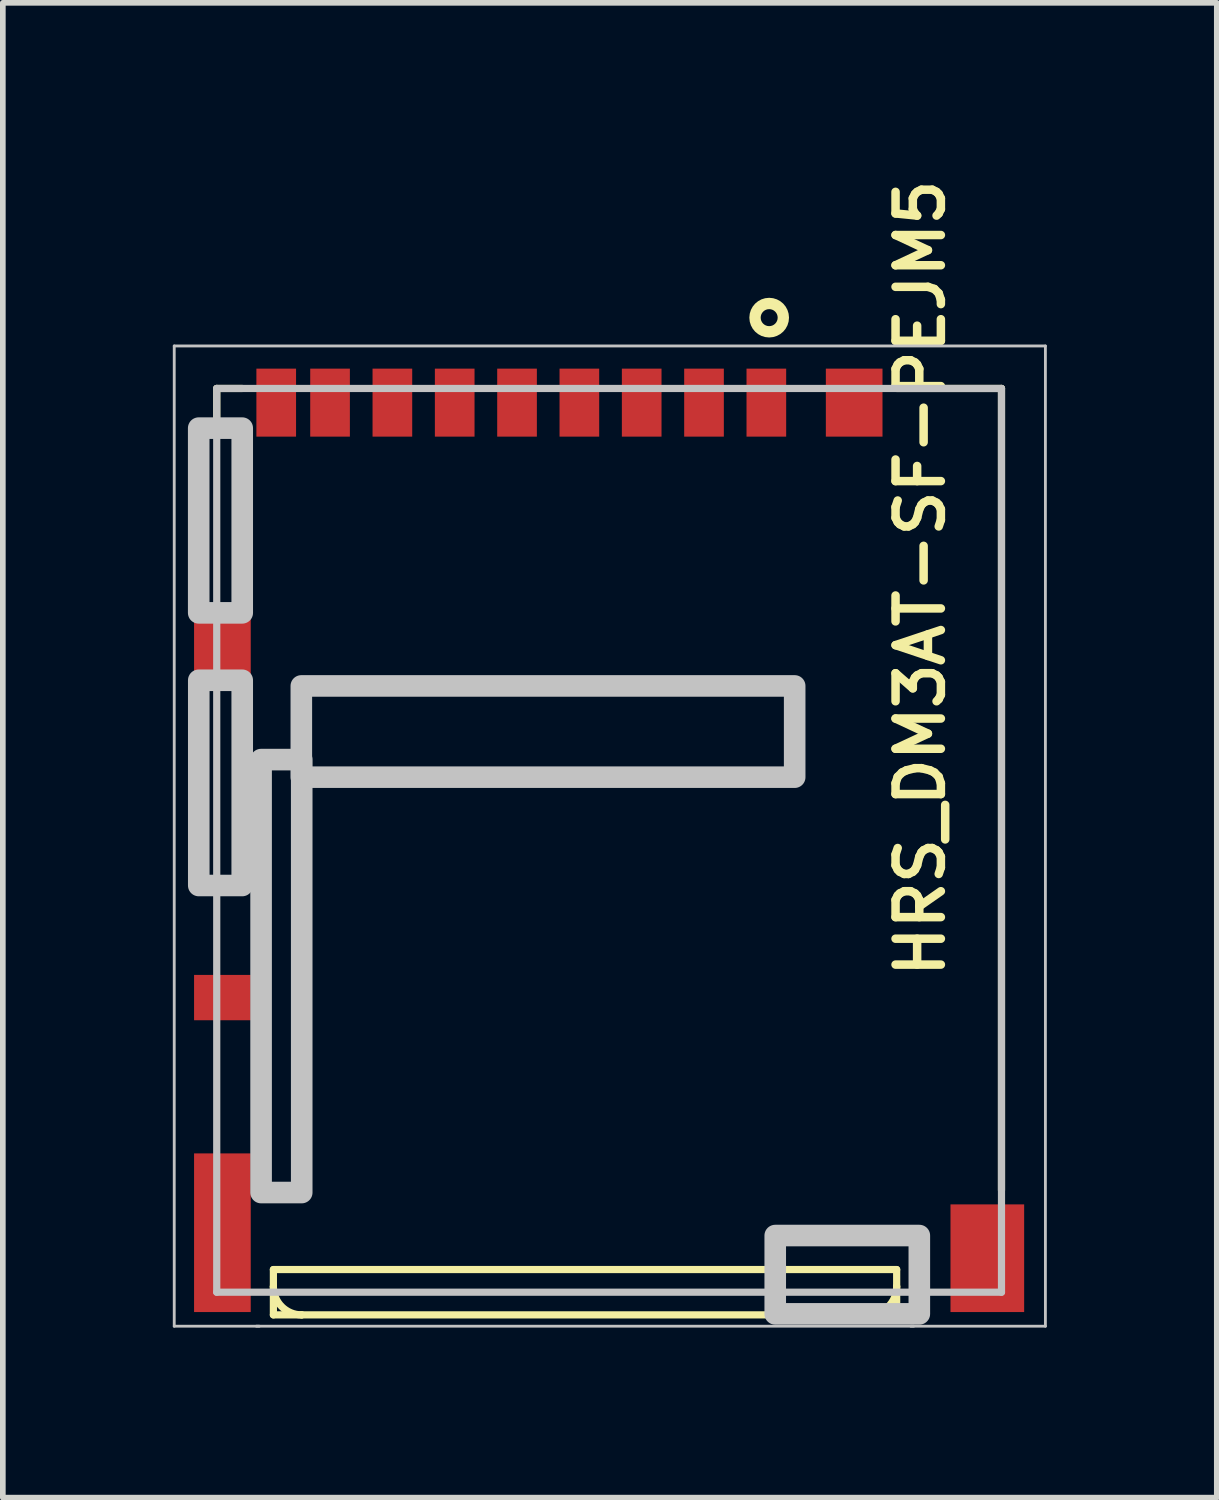
<source format=kicad_pcb>
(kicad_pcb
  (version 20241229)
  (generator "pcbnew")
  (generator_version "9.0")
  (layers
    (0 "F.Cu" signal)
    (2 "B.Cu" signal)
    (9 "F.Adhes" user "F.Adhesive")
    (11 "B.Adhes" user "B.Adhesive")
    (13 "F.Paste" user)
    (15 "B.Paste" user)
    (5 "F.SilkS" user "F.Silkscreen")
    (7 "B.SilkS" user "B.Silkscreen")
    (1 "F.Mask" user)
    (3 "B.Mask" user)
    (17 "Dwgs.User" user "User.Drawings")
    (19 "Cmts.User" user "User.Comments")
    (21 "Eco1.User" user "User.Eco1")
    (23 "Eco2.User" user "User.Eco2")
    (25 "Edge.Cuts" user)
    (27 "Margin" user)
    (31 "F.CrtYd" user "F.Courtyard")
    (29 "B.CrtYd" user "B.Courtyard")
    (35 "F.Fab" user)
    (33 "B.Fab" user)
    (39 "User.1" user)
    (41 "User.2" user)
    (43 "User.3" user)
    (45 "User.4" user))
  (footprint "HRS_DM3AT-SF-PEJM5"
    (layer "F.Cu")
    (at 7.275 4.056)
    (property "Reference" "HRS_DM3AT-SF-PEJM5" (at 5.918 3.099 270) (layer "F.SilkS") (effects (font (size 0.8 0.8) (thickness 0.15))))
    (attr smd)
    (fp_line (start -6.5 -0.25) (end -6.5 0.3) (stroke (width 0.127) (type solid)) (layer "F.SilkS"))
    (fp_line (start -6.05 -0.25) (end -6.5 -0.25) (stroke (width 0.127) (type solid)) (layer "F.SilkS"))
    (fp_line (start -5.5 15.3) (end -5.5 15.6) (stroke (width 0.127) (type solid)) (layer "F.SilkS"))
    (fp_line (start -5.5 15.3) (end 5.5 15.3) (stroke (width 0.127) (type solid)) (layer "F.SilkS"))
    (fp_line (start -5.5 16.1) (end -5.5 15.6) (stroke (width 0.127) (type solid)) (layer "F.SilkS"))
    (fp_line (start -5 16.1) (end -5.5 16.1) (stroke (width 0.127) (type solid)) (layer "F.SilkS"))
    (fp_line (start 5 16.1) (end -5 16.1) (stroke (width 0.127) (type solid)) (layer "F.SilkS"))
    (fp_line (start 5.5 -0.25) (end 7.35 -0.25) (stroke (width 0.127) (type solid)) (layer "F.SilkS"))
    (fp_line (start 5.5 15.3) (end 5.5 15.6) (stroke (width 0.127) (type solid)) (layer "F.SilkS"))
    (fp_line (start 5.5 15.6) (end 5.5 16.1) (stroke (width 0.127) (type solid)) (layer "F.SilkS"))
    (fp_line (start 5.5 16.1) (end 5 16.1) (stroke (width 0.127) (type solid)) (layer "F.SilkS"))
    (fp_line (start 7.35 -0.25) (end 7.35 13.9) (stroke (width 0.127) (type solid)) (layer "F.SilkS"))
    (fp_arc (start -5 16.1) (mid -5.353553 15.953553) (end -5.5 15.6) (stroke (width 0.127) (type solid)) (layer "F.SilkS"))
    (fp_arc (start 5.5 15.6) (mid 5.353553 15.953553) (end 5 16.1) (stroke (width 0.127) (type solid)) (layer "F.SilkS"))
    (fp_circle (center 3.25 -1.5) (end 3.5 -1.5) (stroke (width 0.2) (type solid)) (fill no) (layer "F.SilkS"))
    (fp_line (start -7.25 -1) (end 8.125 -1) (stroke (width 0.05) (type solid)) (layer "Dwgs.User"))
    (fp_line (start -7.25 16.3) (end -7.25 -1) (stroke (width 0.05) (type solid)) (layer "Dwgs.User"))
    (fp_line (start -6.5 -0.25) (end 7.35 -0.25) (stroke (width 0.127) (type solid)) (layer "Dwgs.User"))
    (fp_line (start -6.5 15.7) (end -6.5 -0.25) (stroke (width 0.127) (type solid)) (layer "Dwgs.User"))
    (fp_line (start -5.75 16.3) (end -7.25 16.3) (stroke (width 0.05) (type solid)) (layer "Dwgs.User"))
    (fp_line (start 5.8 16.3) (end -5.8 16.3) (stroke (width 0.05) (type solid)) (layer "Dwgs.User"))
    (fp_line (start 7.35 -0.25) (end 7.35 15.7) (stroke (width 0.127) (type solid)) (layer "Dwgs.User"))
    (fp_line (start 7.35 15.7) (end -6.5 15.7) (stroke (width 0.127) (type solid)) (layer "Dwgs.User"))
    (fp_line (start 8.125 -1) (end 8.125 16.3) (stroke (width 0.05) (type solid)) (layer "Dwgs.User"))
    (fp_line (start 8.125 16.3) (end 5.75 16.3) (stroke (width 0.05) (type solid)) (layer "Dwgs.User"))
    (fp_poly (pts (xy -6.818 0.45) (xy -6.05 0.45) (xy -6.05 3.71) (xy -6.818 3.71)) (stroke (width 0.381) (type solid)) (fill no) (layer "Dwgs.User"))
    (fp_poly (pts (xy -6.817 4.9) (xy -6.05 4.9) (xy -6.05 8.522) (xy -6.817 8.522)) (stroke (width 0.381) (type solid)) (fill no) (layer "Dwgs.User"))
    (fp_poly (pts (xy -5.717 6.3) (xy -5 6.3) (xy -5 13.941) (xy -5.717 13.941)) (stroke (width 0.381) (type solid)) (fill no) (layer "Dwgs.User"))
    (fp_poly (pts (xy -5.007 5) (xy 3.7 5) (xy 3.7 6.61) (xy -5.007 6.61)) (stroke (width 0.381) (type solid)) (fill no) (layer "Dwgs.User"))
    (fp_poly (pts (xy 3.357 14.7) (xy 5.9 14.7) (xy 5.9 16.082) (xy 3.357 16.082)) (stroke (width 0.381) (type solid)) (fill no) (layer "Dwgs.User"))
    (pad "1" smd rect (at 3.2 0) (size 0.7 1.2) (layers "F.Cu" "F.Mask" "F.Paste"))
    (pad "2" smd rect (at 2.1 0) (size 0.7 1.2) (layers "F.Cu" "F.Mask" "F.Paste"))
    (pad "3" smd rect (at 1 0) (size 0.7 1.2) (layers "F.Cu" "F.Mask" "F.Paste"))
    (pad "4" smd rect (at -0.1 0) (size 0.7 1.2) (layers "F.Cu" "F.Mask" "F.Paste"))
    (pad "5" smd rect (at -1.2 0) (size 0.7 1.2) (layers "F.Cu" "F.Mask" "F.Paste"))
    (pad "6" smd rect (at -2.3 0) (size 0.7 1.2) (layers "F.Cu" "F.Mask" "F.Paste"))
    (pad "7" smd rect (at -3.4 0) (size 0.7 1.2) (layers "F.Cu" "F.Mask" "F.Paste"))
    (pad "8" smd rect (at -4.5 0) (size 0.7 1.2) (layers "F.Cu" "F.Mask" "F.Paste"))
    (pad "9" smd rect (at -5.45 0) (size 0.7 1.2) (layers "F.Cu" "F.Mask" "F.Paste"))
    (pad "10" smd rect (at -6.4 10.5) (size 1 0.8) (layers "F.Cu" "F.Mask" "F.Paste"))
    (pad "11" smd rect (at 4.75 0) (size 1 1.2) (layers "F.Cu" "F.Mask" "F.Paste"))
    (pad "P1" smd rect (at -6.4 4.3) (size 1 1.2) (layers "F.Cu" "F.Mask" "F.Paste"))
    (pad "P2" smd rect (at -6.4 14.65) (size 1 2.8) (layers "F.Cu" "F.Mask" "F.Paste"))
    (pad "P3" smd rect (at 7.1 15.1) (size 1.3 1.9) (layers "F.Cu" "F.Mask" "F.Paste")))
  (gr_rect
    (start -3 -3)
    (end 18.425 23.381)
    (stroke (width 0.1) (type default))
    (fill no)
    (layer "Edge.Cuts")))
</source>
